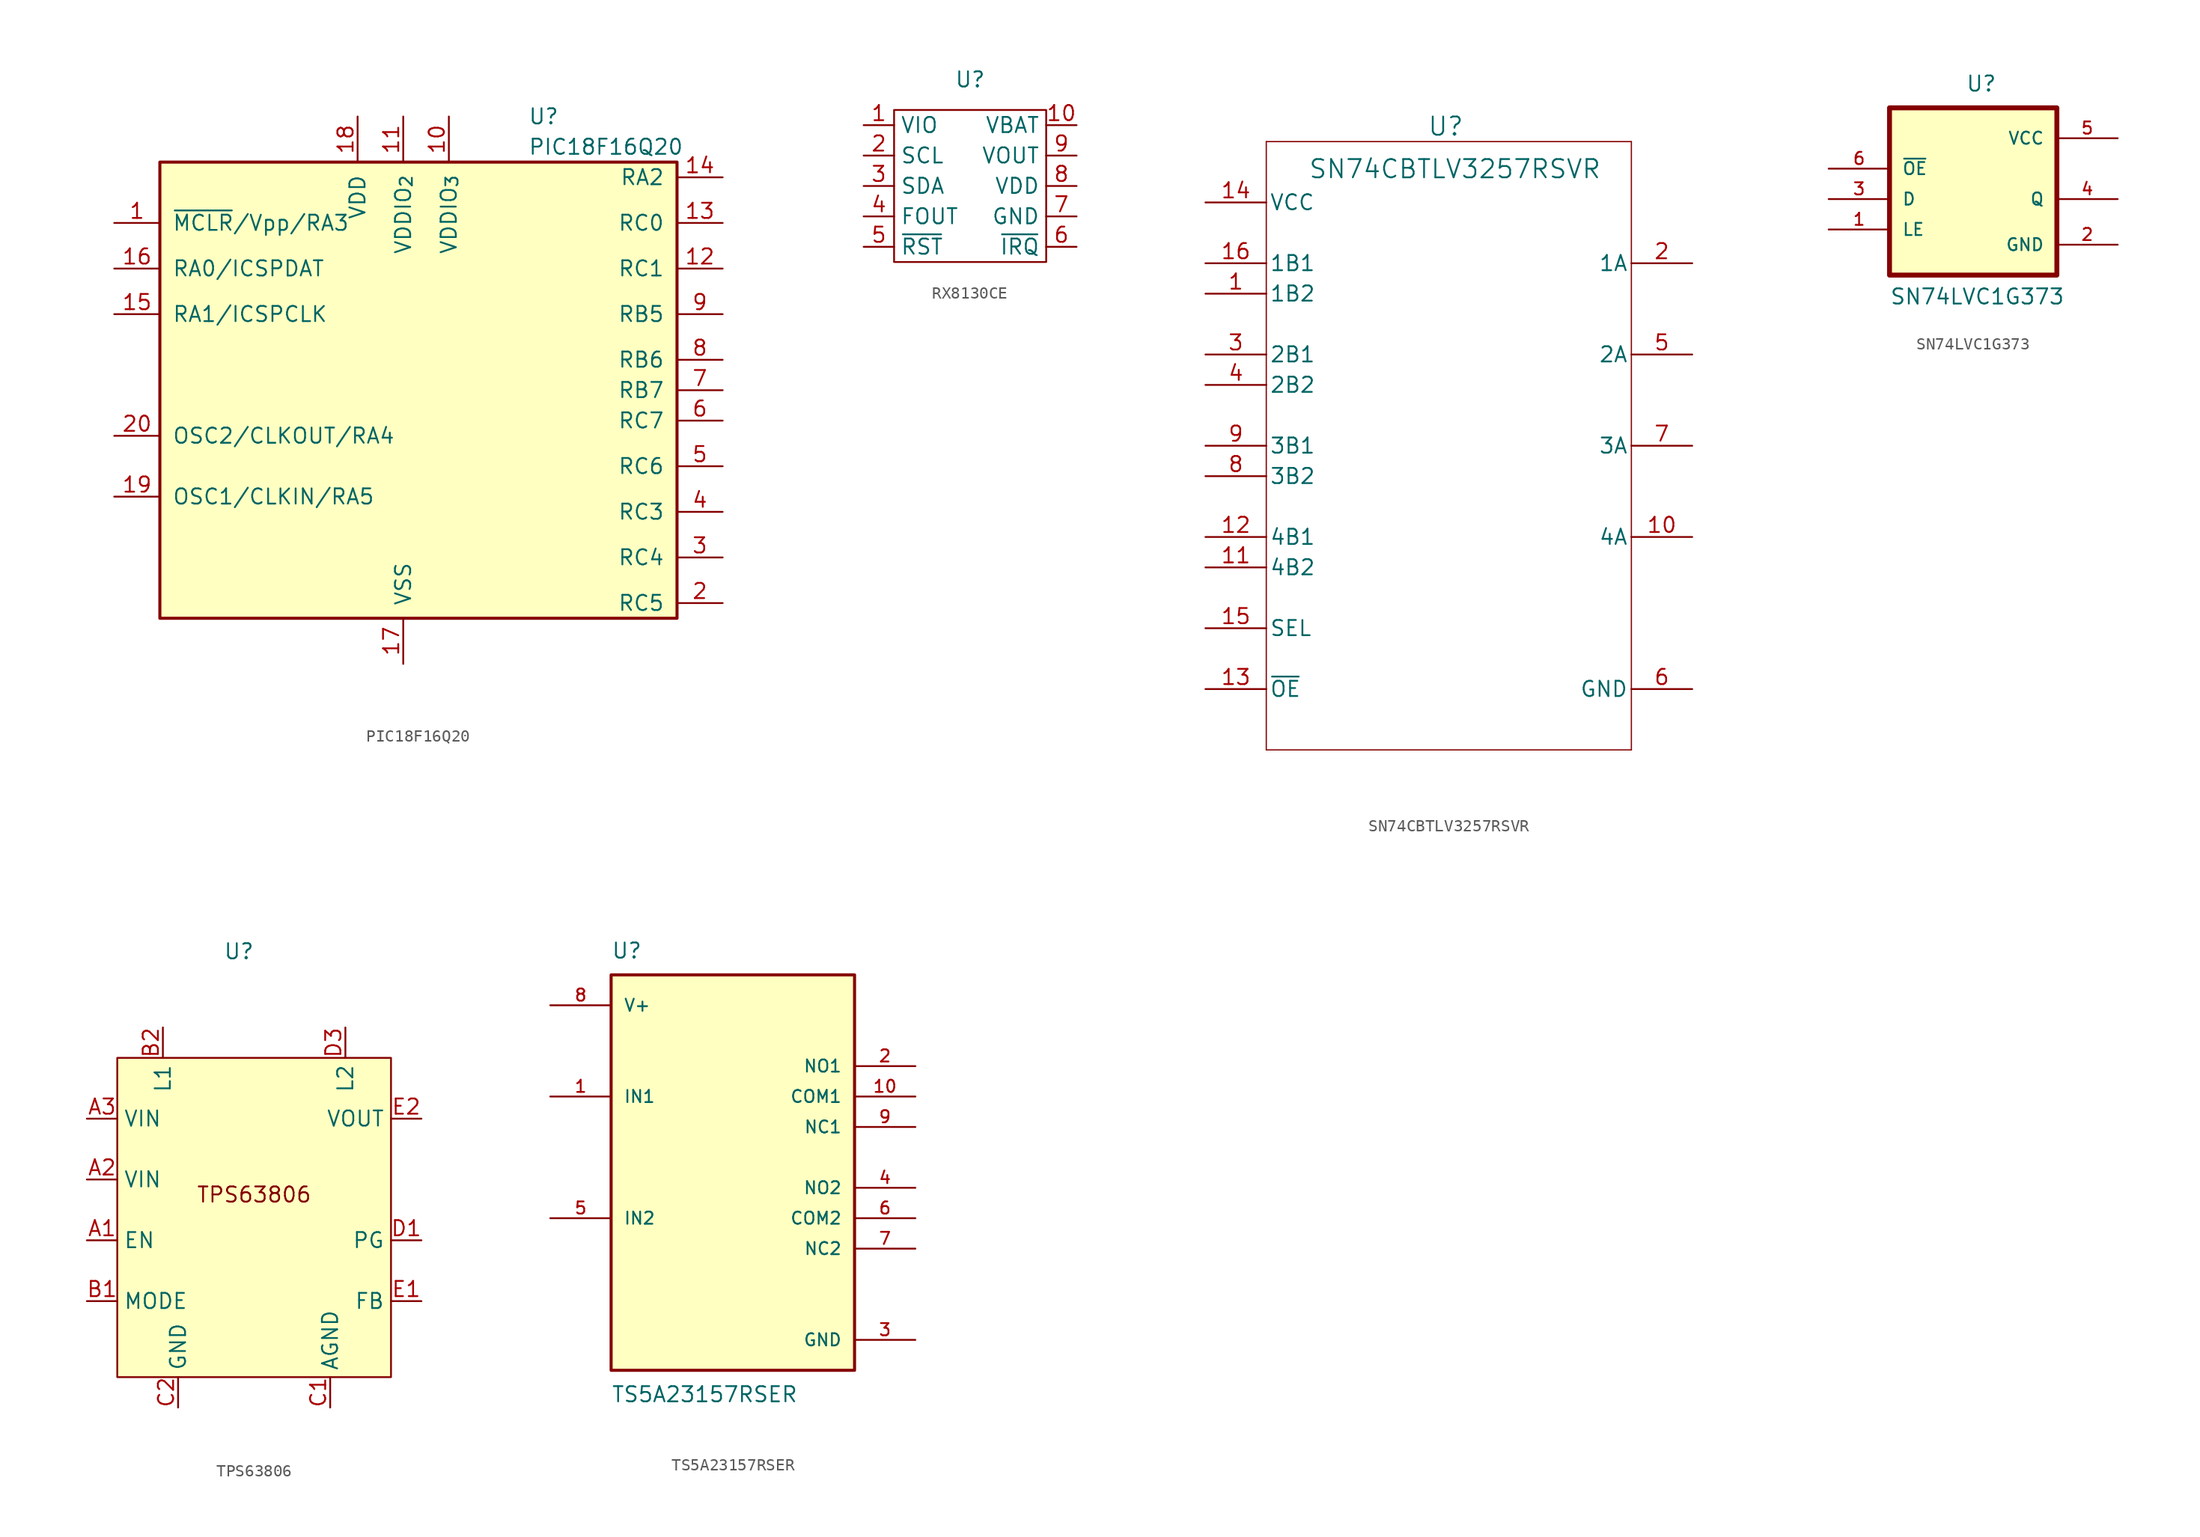
<source format=kicad_sym>
(kicad_symbol_lib
  (version 20231120)
  (generator "kicad_symbol_editor")
  (generator_version "8.0")
  (symbol "PIC18F16Q20"
    (pin_names
      (offset 1.016))
    (property "Reference" "U"
      (at 10.414 22.86 0)
      (effects (font (size 1.27 1.27)) (justify left)))
    (property "Value" "PIC18F16Q20"
      (at 10.414 20.32 0)
      (effects (font (size 1.27 1.27)) (justify left)))
    (symbol "PIC18F16Q20_0_1"
      (rectangle (start -20.32 19.05) (end 22.86 -19.05) (stroke (width 0.254) (type default)) (fill (type background))))
    (symbol "PIC18F16Q20_1_1"
      (pin input line (at -24.13 13.97 0) (length 3.81) (name "~{MCLR}/Vpp/RA3" (effects (font (size 1.27 1.27)))) (number "1" (effects (font (size 1.27 1.27)))))
      (pin power_in line (at 3.81 22.86 270) (length 3.81) (name "VDDIO_{3}" (effects (font (size 1.27 1.27)))) (number "10" (effects (font (size 1.27 1.27)))))
      (pin power_in line (at 0 22.86 270) (length 3.81) (name "VDDIO_{2}" (effects (font (size 1.27 1.27)))) (number "11" (effects (font (size 1.27 1.27)))))
      (pin bidirectional line (at 26.67 10.16 180) (length 3.81) (name "RC1" (effects (font (size 1.27 1.27)))) (number "12" (effects (font (size 1.27 1.27)))))
      (pin bidirectional line (at 26.67 13.97 180) (length 3.81) (name "RC0" (effects (font (size 1.27 1.27)))) (number "13" (effects (font (size 1.27 1.27)))))
      (pin bidirectional line (at 26.67 17.78 180) (length 3.81) (name "RA2" (effects (font (size 1.27 1.27)))) (number "14" (effects (font (size 1.27 1.27)))))
      (pin bidirectional line (at -24.13 6.35 0) (length 3.81) (name "RA1/ICSPCLK" (effects (font (size 1.27 1.27)))) (number "15" (effects (font (size 1.27 1.27)))))
      (pin bidirectional line (at -24.13 10.16 0) (length 3.81) (name "RA0/ICSPDAT" (effects (font (size 1.27 1.27)))) (number "16" (effects (font (size 1.27 1.27)))))
      (pin passive line (at 0 -22.86 90) (length 3.81) (name "VSS" (effects (font (size 1.27 1.27)))) (number "17" (effects (font (size 1.27 1.27)))))
      (pin power_in line (at -3.81 22.86 270) (length 3.81) (name "VDD" (effects (font (size 1.27 1.27)))) (number "18" (effects (font (size 1.27 1.27)))))
      (pin input line (at -24.13 -8.89 0) (length 3.81) (name "OSC1/CLKIN/RA5" (effects (font (size 1.27 1.27)))) (number "19" (effects (font (size 1.27 1.27)))))
      (pin bidirectional line (at 26.67 -17.78 180) (length 3.81) (name "RC5" (effects (font (size 1.27 1.27)))) (number "2" (effects (font (size 1.27 1.27)))))
      (pin output line (at -24.13 -3.81 0) (length 3.81) (name "OSC2/CLKOUT/RA4" (effects (font (size 1.27 1.27)))) (number "20" (effects (font (size 1.27 1.27)))))
      (pin passive line (at 0 -22.86 90) (length 3.81) hide (name "VSS" (effects (font (size 1.27 1.27)))) (number "21" (effects (font (size 1.27 1.27)))))
      (pin bidirectional line (at 26.67 -13.97 180) (length 3.81) (name "RC4" (effects (font (size 1.27 1.27)))) (number "3" (effects (font (size 1.27 1.27)))))
      (pin bidirectional line (at 26.67 -10.16 180) (length 3.81) (name "RC3" (effects (font (size 1.27 1.27)))) (number "4" (effects (font (size 1.27 1.27)))))
      (pin bidirectional line (at 26.67 -6.35 180) (length 3.81) (name "RC6" (effects (font (size 1.27 1.27)))) (number "5" (effects (font (size 1.27 1.27)))))
      (pin bidirectional line (at 26.67 -2.54 180) (length 3.81) (name "RC7" (effects (font (size 1.27 1.27)))) (number "6" (effects (font (size 1.27 1.27)))))
      (pin bidirectional line (at 26.67 0 180) (length 3.81) (name "RB7" (effects (font (size 1.27 1.27)))) (number "7" (effects (font (size 1.27 1.27)))))
      (pin bidirectional line (at 26.67 2.54 180) (length 3.81) (name "RB6" (effects (font (size 1.27 1.27)))) (number "8" (effects (font (size 1.27 1.27)))))
      (pin bidirectional line (at 26.67 6.35 180) (length 3.81) (name "RB5" (effects (font (size 1.27 1.27)))) (number "9" (effects (font (size 1.27 1.27)))))))
  (symbol "RX8130CE"
    (property "Reference" "U"
      (at 0 8.89 0)
      (effects (font (size 1.27 1.27))))
    (property "Value" ""
      (at 0 0 0)
      (effects (font (size 1.27 1.27))))
    (symbol "RX8130CE_0_1"
      (rectangle (start -6.35 6.35) (end 6.35 -6.35) (stroke (width 0) (type default)) (fill (type none))))
    (symbol "RX8130CE_1_1"
      (pin power_in line (at -8.89 5.08 0) (length 2.54) (name "VIO" (effects (font (size 1.27 1.27)))) (number "1" (effects (font (size 1.27 1.27)))))
      (pin power_in line (at 8.89 5.08 180) (length 2.54) (name "VBAT" (effects (font (size 1.27 1.27)))) (number "10" (effects (font (size 1.27 1.27)))))
      (pin input line (at -8.89 2.54 0) (length 2.54) (name "SCL" (effects (font (size 1.27 1.27)))) (number "2" (effects (font (size 1.27 1.27)))))
      (pin input line (at -8.89 0 0) (length 2.54) (name "SDA" (effects (font (size 1.27 1.27)))) (number "3" (effects (font (size 1.27 1.27)))))
      (pin input line (at -8.89 -2.54 0) (length 2.54) (name "FOUT" (effects (font (size 1.27 1.27)))) (number "4" (effects (font (size 1.27 1.27)))))
      (pin input line (at -8.89 -5.08 0) (length 2.54) (name "~{RST}" (effects (font (size 1.27 1.27)))) (number "5" (effects (font (size 1.27 1.27)))))
      (pin input line (at 8.89 -5.08 180) (length 2.54) (name "~{IRQ}" (effects (font (size 1.27 1.27)))) (number "6" (effects (font (size 1.27 1.27)))))
      (pin passive line (at 8.89 -2.54 180) (length 2.54) (name "GND" (effects (font (size 1.27 1.27)))) (number "7" (effects (font (size 1.27 1.27)))))
      (pin power_in line (at 8.89 0 180) (length 2.54) (name "VDD" (effects (font (size 1.27 1.27)))) (number "8" (effects (font (size 1.27 1.27)))))
      (pin power_out line (at 8.89 2.54 180) (length 2.54) (name "VOUT" (effects (font (size 1.27 1.27)))) (number "9" (effects (font (size 1.27 1.27)))))))
  (symbol "SN74CBTLV3257RSVR"
    (pin_names
      (offset 0.254))
    (property "Reference" "U"
      (at -0.254 26.67 0)
      (effects (font (size 1.524 1.524))))
    (property "Value" "SN74CBTLV3257RSVR"
      (at 0.508 23.114 0)
      (effects (font (size 1.524 1.524))))
    (symbol "SN74CBTLV3257RSVR_0_1"
      (polyline (pts (xy -15.24 -25.4) (xy 15.24 -25.4)) (stroke (width 0.102) (type default)) (fill (type none)))
      (polyline (pts (xy -15.24 25.4) (xy -15.24 -25.4)) (stroke (width 0.102) (type default)) (fill (type none)))
      (polyline (pts (xy 15.24 -25.4) (xy 15.24 25.4)) (stroke (width 0.102) (type default)) (fill (type none)))
      (polyline (pts (xy 15.24 25.4) (xy -15.24 25.4)) (stroke (width 0.102) (type default)) (fill (type none)))
      (pin input line (at -20.32 12.7 0) (length 5.08) (name "1B2" (effects (font (size 1.27 1.27)))) (number "1" (effects (font (size 1.27 1.27)))))
      (pin output line (at 20.32 -7.62 180) (length 5.08) (name "4A" (effects (font (size 1.27 1.27)))) (number "10" (effects (font (size 1.27 1.27)))))
      (pin input line (at -20.32 -10.16 0) (length 5.08) (name "4B2" (effects (font (size 1.27 1.27)))) (number "11" (effects (font (size 1.27 1.27)))))
      (pin input line (at -20.32 -7.62 0) (length 5.08) (name "4B1" (effects (font (size 1.27 1.27)))) (number "12" (effects (font (size 1.27 1.27)))))
      (pin power_in line (at -20.32 20.32 0) (length 5.08) (name "VCC" (effects (font (size 1.27 1.27)))) (number "14" (effects (font (size 1.27 1.27)))))
      (pin input line (at -20.32 -15.24 0) (length 5.08) (name "SEL" (effects (font (size 1.27 1.27)))) (number "15" (effects (font (size 1.27 1.27)))))
      (pin input line (at -20.32 15.24 0) (length 5.08) (name "1B1" (effects (font (size 1.27 1.27)))) (number "16" (effects (font (size 1.27 1.27)))))
      (pin output line (at 20.32 15.24 180) (length 5.08) (name "1A" (effects (font (size 1.27 1.27)))) (number "2" (effects (font (size 1.27 1.27)))))
      (pin input line (at -20.32 7.62 0) (length 5.08) (name "2B1" (effects (font (size 1.27 1.27)))) (number "3" (effects (font (size 1.27 1.27)))))
      (pin input line (at -20.32 5.08 0) (length 5.08) (name "2B2" (effects (font (size 1.27 1.27)))) (number "4" (effects (font (size 1.27 1.27)))))
      (pin output line (at 20.32 7.62 180) (length 5.08) (name "2A" (effects (font (size 1.27 1.27)))) (number "5" (effects (font (size 1.27 1.27)))))
      (pin output line (at 20.32 0 180) (length 5.08) (name "3A" (effects (font (size 1.27 1.27)))) (number "7" (effects (font (size 1.27 1.27)))))
      (pin input line (at -20.32 -2.54 0) (length 5.08) (name "3B2" (effects (font (size 1.27 1.27)))) (number "8" (effects (font (size 1.27 1.27)))))
      (pin input line (at -20.32 0 0) (length 5.08) (name "3B1" (effects (font (size 1.27 1.27)))) (number "9" (effects (font (size 1.27 1.27))))))
    (symbol "SN74CBTLV3257RSVR_1_1"
      (pin input line (at -20.32 -20.32 0) (length 5.08) (name "~{OE}" (effects (font (size 1.27 1.27)))) (number "13" (effects (font (size 1.27 1.27)))))
      (pin passive line (at 20.32 -20.32 180) (length 5.08) (name "GND" (effects (font (size 1.27 1.27)))) (number "6" (effects (font (size 1.27 1.27)))))))
  (symbol "SN74LVC1G373"
    (pin_names
      (offset 1.016))
    (property "Reference" "U"
      (at -1.27 8.89 0)
      (effects (font (size 1.27 1.27)) (justify left bottom)))
    (property "Value" "SN74LVC1G373"
      (at -7.62 -8.89 0)
      (effects (font (size 1.27 1.27)) (justify left bottom)))
    (symbol "SN74LVC1G373_0_0"
      (rectangle (start -7.62 7.62) (end 6.35 -6.35) (stroke (width 0.41) (type default)) (fill (type background)))
      (pin input line (at -12.7 -2.54 0) (length 5.08) (name "LE" (effects (font (size 1.016 1.016)))) (number "1" (effects (font (size 1.016 1.016)))))
      (pin power_in line (at 11.43 -3.81 180) (length 5.08) (name "GND" (effects (font (size 1.016 1.016)))) (number "2" (effects (font (size 1.016 1.016)))))
      (pin input line (at -12.7 0 0) (length 5.08) (name "D" (effects (font (size 1.016 1.016)))) (number "3" (effects (font (size 1.016 1.016)))))
      (pin output line (at 11.43 0 180) (length 5.08) (name "Q" (effects (font (size 1.016 1.016)))) (number "4" (effects (font (size 1.016 1.016)))))
      (pin power_in line (at 11.43 5.08 180) (length 5.08) (name "VCC" (effects (font (size 1.016 1.016)))) (number "5" (effects (font (size 1.016 1.016)))))
      (pin input line (at -12.7 2.54 0) (length 5.08) (name "~{OE}" (effects (font (size 1.016 1.016)))) (number "6" (effects (font (size 1.016 1.016)))))))
  (symbol "TPS63806"
    (property "Reference" "U"
      (at -1.27 21.59 0)
      (effects (font (size 1.27 1.27))))
    (property "Value" ""
      (at -8.89 2.54 0)
      (effects (font (size 1.27 1.27))))
    (symbol "TPS63806_1_1"
      (rectangle (start -11.43 12.7) (end 11.43 -13.97) (stroke (width 0) (type default)) (fill (type background)))
      (text "TPS63806" (at 0 1.27 0) (effects (font (size 1.27 1.27))))
      (pin input line (at -13.97 -2.54 0) (length 2.54) (name "EN" (effects (font (size 1.27 1.27)))) (number "A1" (effects (font (size 1.27 1.27)))))
      (pin input line (at -13.97 2.54 0) (length 2.54) (name "VIN" (effects (font (size 1.27 1.27)))) (number "A2" (effects (font (size 1.27 1.27)))))
      (pin input line (at -13.97 7.62 0) (length 2.54) (name "VIN" (effects (font (size 1.27 1.27)))) (number "A3" (effects (font (size 1.27 1.27)))))
      (pin input line (at -13.97 -7.62 0) (length 2.54) (name "MODE" (effects (font (size 1.27 1.27)))) (number "B1" (effects (font (size 1.27 1.27)))))
      (pin input line (at -7.62 15.24 270) (length 2.54) (name "L1" (effects (font (size 1.27 1.27)))) (number "B2" (effects (font (size 1.27 1.27)))))
      (pin input line (at -7.62 15.24 270) (length 2.54) hide (name "L1" (effects (font (size 1.27 1.27)))) (number "B3" (effects (font (size 1.27 1.27)))))
      (pin power_out line (at 6.35 -16.51 90) (length 2.54) (name "AGND" (effects (font (size 1.27 1.27)))) (number "C1" (effects (font (size 1.27 1.27)))))
      (pin input line (at -6.35 -16.51 90) (length 2.54) (name "GND" (effects (font (size 1.27 1.27)))) (number "C2" (effects (font (size 1.27 1.27)))))
      (pin input line (at -6.35 -16.51 90) (length 2.54) hide (name "GND" (effects (font (size 1.27 1.27)))) (number "C3" (effects (font (size 1.27 1.27)))))
      (pin input line (at 13.97 -2.54 180) (length 2.54) (name "PG" (effects (font (size 1.27 1.27)))) (number "D1" (effects (font (size 1.27 1.27)))))
      (pin input line (at 7.62 15.24 270) (length 2.54) hide (name "L2" (effects (font (size 1.27 1.27)))) (number "D2" (effects (font (size 1.27 1.27)))))
      (pin input line (at 7.62 15.24 270) (length 2.54) (name "L2" (effects (font (size 1.27 1.27)))) (number "D3" (effects (font (size 1.27 1.27)))))
      (pin input line (at 13.97 -7.62 180) (length 2.54) (name "FB" (effects (font (size 1.27 1.27)))) (number "E1" (effects (font (size 1.27 1.27)))))
      (pin power_out line (at 13.97 7.62 180) (length 2.54) (name "VOUT" (effects (font (size 1.27 1.27)))) (number "E2" (effects (font (size 1.27 1.27)))))
      (pin power_out line (at 13.97 7.62 180) (length 2.54) hide (name "VOUT" (effects (font (size 1.27 1.27)))) (number "E3" (effects (font (size 1.27 1.27)))))))
  (symbol "TS5A23157RSER"
    (pin_names
      (offset 1.016))
    (property "Reference" "U"
      (at -10.16 16.51 0)
      (effects (font (size 1.27 1.27)) (justify left bottom)))
    (property "Value" "TS5A23157RSER"
      (at -10.16 -19.05 0)
      (effects (font (size 1.27 1.27)) (justify left top)))
    (symbol "TS5A23157RSER_0_0"
      (rectangle (start -10.16 15.24) (end 10.16 -17.78) (stroke (width 0.254) (type default)) (fill (type background)))
      (pin input line (at -15.24 5.08 0) (length 5.08) (name "IN1" (effects (font (size 1.016 1.016)))) (number "1" (effects (font (size 1.016 1.016)))))
      (pin bidirectional line (at 15.24 5.08 180) (length 5.08) (name "COM1" (effects (font (size 1.016 1.016)))) (number "10" (effects (font (size 1.016 1.016)))))
      (pin bidirectional line (at 15.24 7.62 180) (length 5.08) (name "NO1" (effects (font (size 1.016 1.016)))) (number "2" (effects (font (size 1.016 1.016)))))
      (pin bidirectional line (at 15.24 -2.54 180) (length 5.08) (name "NO2" (effects (font (size 1.016 1.016)))) (number "4" (effects (font (size 1.016 1.016)))))
      (pin input line (at -15.24 -5.08 0) (length 5.08) (name "IN2" (effects (font (size 1.016 1.016)))) (number "5" (effects (font (size 1.016 1.016)))))
      (pin bidirectional line (at 15.24 -5.08 180) (length 5.08) (name "COM2" (effects (font (size 1.016 1.016)))) (number "6" (effects (font (size 1.016 1.016)))))
      (pin bidirectional line (at 15.24 -7.62 180) (length 5.08) (name "NC2" (effects (font (size 1.016 1.016)))) (number "7" (effects (font (size 1.016 1.016)))))
      (pin power_in line (at -15.24 12.7 0) (length 5.08) (name "V+" (effects (font (size 1.016 1.016)))) (number "8" (effects (font (size 1.016 1.016)))))
      (pin bidirectional line (at 15.24 2.54 180) (length 5.08) (name "NC1" (effects (font (size 1.016 1.016)))) (number "9" (effects (font (size 1.016 1.016))))))
    (symbol "TS5A23157RSER_1_0"
      (pin passive line (at 15.24 -15.24 180) (length 5.08) (name "GND" (effects (font (size 1.016 1.016)))) (number "3" (effects (font (size 1.016 1.016))))))))
</source>
